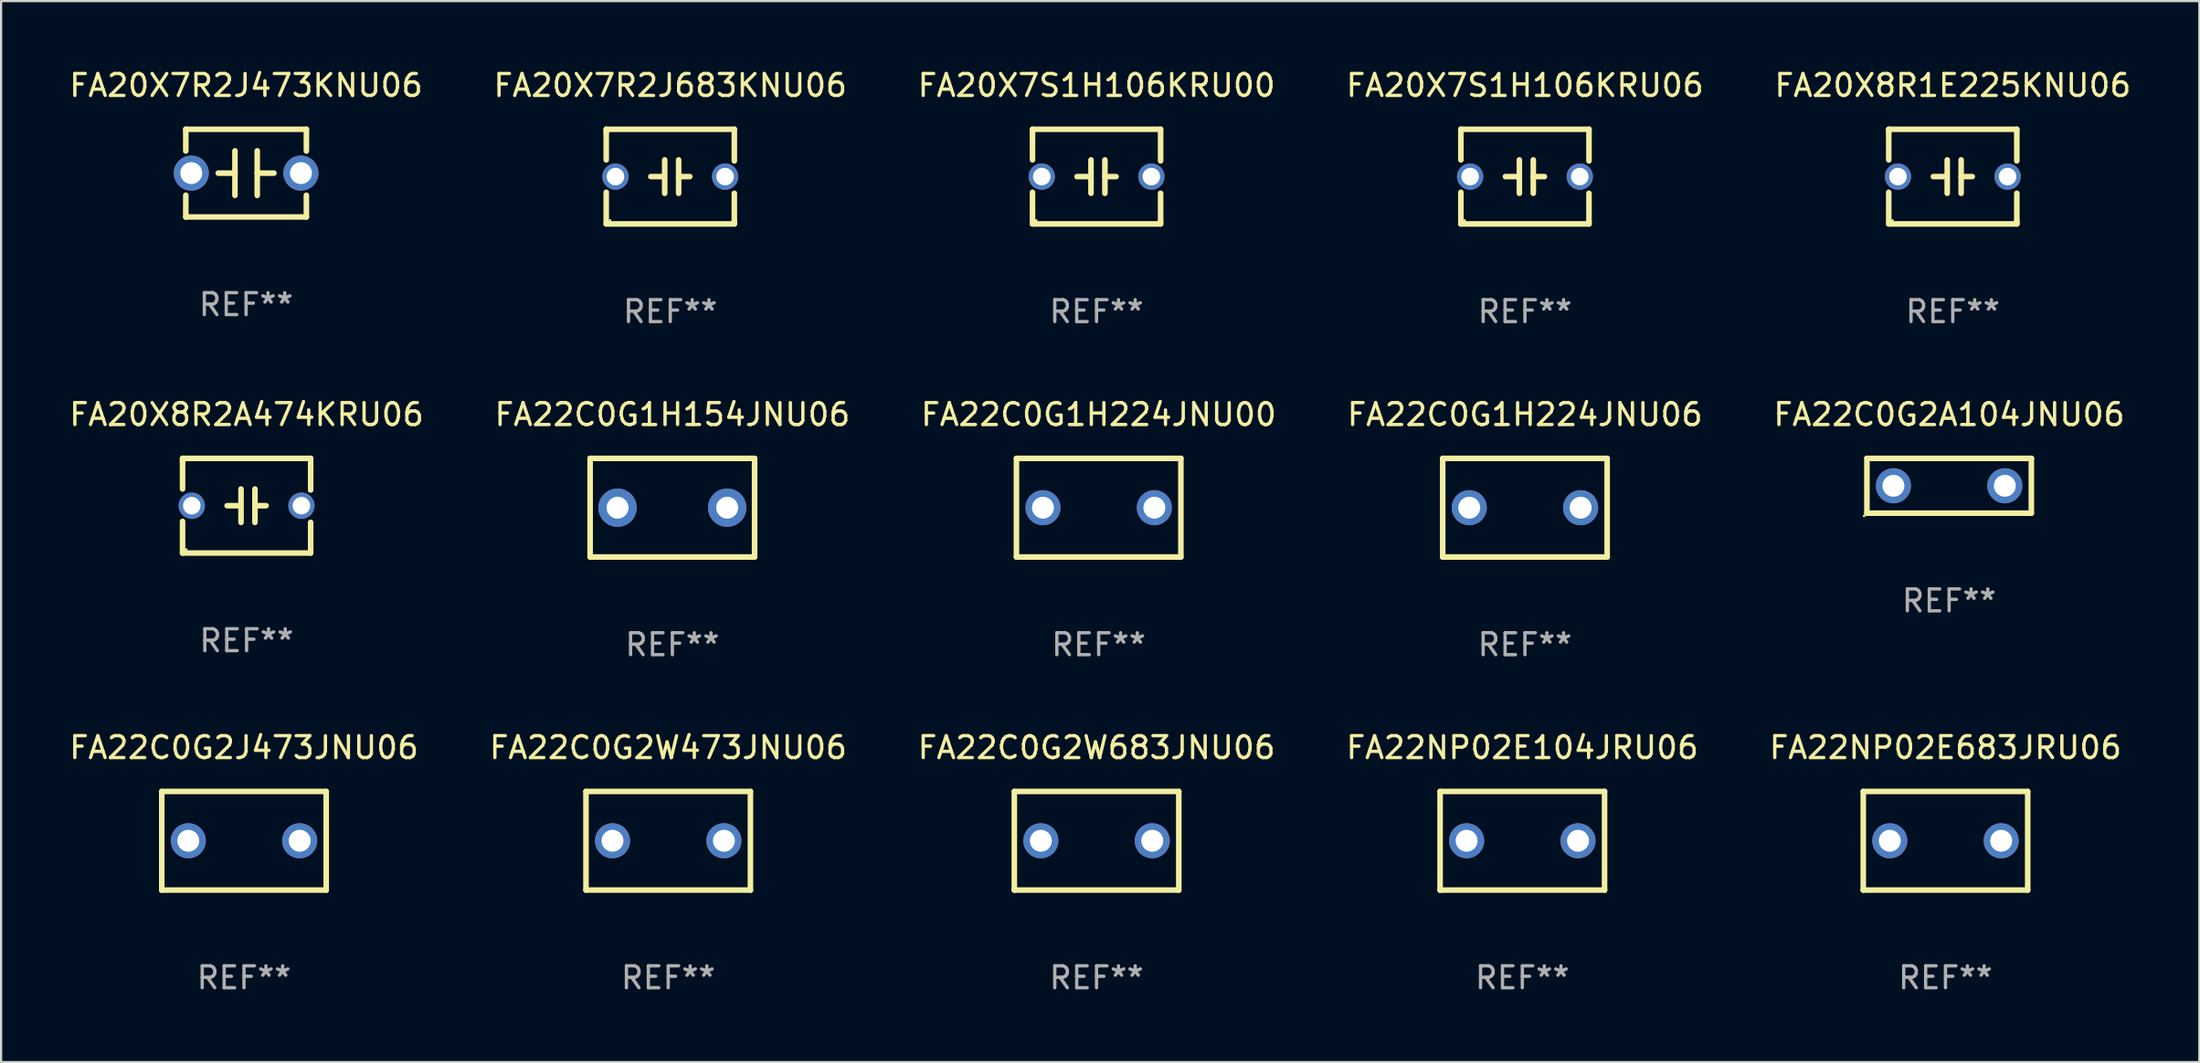
<source format=kicad_pcb>
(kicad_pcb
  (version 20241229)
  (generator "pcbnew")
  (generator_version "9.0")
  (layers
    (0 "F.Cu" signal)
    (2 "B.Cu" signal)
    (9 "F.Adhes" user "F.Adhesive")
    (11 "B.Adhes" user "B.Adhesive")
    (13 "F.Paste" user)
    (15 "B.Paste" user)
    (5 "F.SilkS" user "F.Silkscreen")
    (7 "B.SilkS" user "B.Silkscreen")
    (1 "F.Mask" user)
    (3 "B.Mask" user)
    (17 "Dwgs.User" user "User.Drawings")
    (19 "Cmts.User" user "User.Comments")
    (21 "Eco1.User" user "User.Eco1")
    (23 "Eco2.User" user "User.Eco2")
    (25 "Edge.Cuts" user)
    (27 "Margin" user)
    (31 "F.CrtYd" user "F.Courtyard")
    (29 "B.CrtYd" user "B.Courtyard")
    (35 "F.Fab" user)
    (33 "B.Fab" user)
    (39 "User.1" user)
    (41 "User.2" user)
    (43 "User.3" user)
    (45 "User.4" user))
  (footprint "FA22C0G2J473JNU06"
    (layer "F.Cu")
    (at 8.077 35.309)
    (property "Reference" "FA22C0G2J473JNU06" (at 0 -4.25 0) (layer "F.SilkS") (effects (font (size 1 1) (thickness 0.15))))
    (attr through_hole)
    (fp_line (start -3.75 -2.25) (end -3.75 2.25) (stroke (width 0.254) (type solid)) (layer "F.SilkS"))
    (fp_line (start -3.75 -2.25) (end 3.75 -2.25) (stroke (width 0.254) (type solid)) (layer "F.SilkS"))
    (fp_line (start 3.75 -2.25) (end 3.75 2.25) (stroke (width 0.254) (type solid)) (layer "F.SilkS"))
    (fp_line (start 3.75 2.25) (end -3.75 2.25) (stroke (width 0.254) (type solid)) (layer "F.SilkS"))
    (fp_circle (center -3.75 2.25) (end -3.72 2.25) (stroke (width 0.06) (type solid)) (fill no) (layer "F.SilkS"))
    (fp_text user "REF**" (at 0 6.25 0) (layer "F.Fab") (effects (font (size 1 1) (thickness 0.15))))
    (pad "1" thru_hole circle (at -2.54 0) (size 1.6 1.6) (drill 1) (layers "*.Cu" "*.Mask"))
    (pad "2" thru_hole circle (at 2.54 0) (size 1.6 1.6) (drill 1) (layers "*.Cu" "*.Mask")))
  (footprint "FA22C0G2A104JNU06"
    (layer "F.Cu")
    (at 85.839 19.113)
    (property "Reference" "FA22C0G2A104JNU06" (at 0 -3.25 0) (layer "F.SilkS") (effects (font (size 1 1) (thickness 0.15))))
    (attr through_hole)
    (fp_line (start -3.75 -1.25) (end 3.75 -1.25) (stroke (width 0.254) (type solid)) (layer "F.SilkS"))
    (fp_line (start -3.75 1.25) (end -3.75 -1.25) (stroke (width 0.254) (type solid)) (layer "F.SilkS"))
    (fp_line (start 3.75 -1.25) (end 3.75 1.25) (stroke (width 0.254) (type solid)) (layer "F.SilkS"))
    (fp_line (start 3.75 1.25) (end -3.75 1.25) (stroke (width 0.254) (type solid)) (layer "F.SilkS"))
    (fp_circle (center -3.877 1.377) (end -3.847 1.377) (stroke (width 0.06) (type solid)) (fill no) (layer "F.SilkS"))
    (fp_text user "REF**" (at 0 5.25 0) (layer "F.Fab") (effects (font (size 1 1) (thickness 0.15))))
    (pad "1" thru_hole circle (at -2.54 0) (size 1.6 1.6) (drill 1) (layers "*.Cu" "*.Mask"))
    (pad "2" thru_hole circle (at 2.54 0) (size 1.6 1.6) (drill 1) (layers "*.Cu" "*.Mask")))
  (footprint "FA22C0G2W473JNU06"
    (layer "F.Cu")
    (at 27.423 35.309)
    (property "Reference" "FA22C0G2W473JNU06" (at 0 -4.25 0) (layer "F.SilkS") (effects (font (size 1 1) (thickness 0.15))))
    (attr through_hole)
    (fp_line (start -3.75 -2.25) (end -3.75 2.25) (stroke (width 0.254) (type solid)) (layer "F.SilkS"))
    (fp_line (start -3.75 -2.25) (end 3.75 -2.25) (stroke (width 0.254) (type solid)) (layer "F.SilkS"))
    (fp_line (start 3.75 -2.25) (end 3.75 2.25) (stroke (width 0.254) (type solid)) (layer "F.SilkS"))
    (fp_line (start 3.75 2.25) (end -3.75 2.25) (stroke (width 0.254) (type solid)) (layer "F.SilkS"))
    (fp_circle (center -3.75 2.25) (end -3.72 2.25) (stroke (width 0.06) (type solid)) (fill no) (layer "F.SilkS"))
    (fp_text user "REF**" (at 0 6.25 0) (layer "F.Fab") (effects (font (size 1 1) (thickness 0.15))))
    (pad "1" thru_hole circle (at -2.54 0) (size 1.6 1.6) (drill 1) (layers "*.Cu" "*.Mask"))
    (pad "2" thru_hole circle (at 2.54 0) (size 1.6 1.6) (drill 1) (layers "*.Cu" "*.Mask")))
  (footprint "FA22NP02E683JRU06"
    (layer "F.Cu")
    (at 85.673 35.309)
    (property "Reference" "FA22NP02E683JRU06" (at 0 -4.25 0) (layer "F.SilkS") (effects (font (size 1 1) (thickness 0.15))))
    (attr through_hole)
    (fp_line (start -3.75 -2.25) (end -3.75 2.25) (stroke (width 0.254) (type solid)) (layer "F.SilkS"))
    (fp_line (start -3.75 -2.25) (end 3.75 -2.25) (stroke (width 0.254) (type solid)) (layer "F.SilkS"))
    (fp_line (start 3.75 -2.25) (end 3.75 2.25) (stroke (width 0.254) (type solid)) (layer "F.SilkS"))
    (fp_line (start 3.75 2.25) (end -3.75 2.25) (stroke (width 0.254) (type solid)) (layer "F.SilkS"))
    (fp_circle (center -3.75 2.25) (end -3.72 2.25) (stroke (width 0.06) (type solid)) (fill no) (layer "F.SilkS"))
    (fp_text user "REF**" (at 0 6.25 0) (layer "F.Fab") (effects (font (size 1 1) (thickness 0.15))))
    (pad "1" thru_hole circle (at -2.54 0) (size 1.6 1.6) (drill 1) (layers "*.Cu" "*.Mask"))
    (pad "2" thru_hole circle (at 2.54 0) (size 1.6 1.6) (drill 1) (layers "*.Cu" "*.Mask")))
  (footprint "FA20X7S1H106KRU06"
    (layer "F.Cu")
    (at 66.494 5.007)
    (property "Reference" "FA20X7S1H106KRU06" (at 0 -4.159 0) (layer "F.SilkS") (effects (font (size 1 1) (thickness 0.15))))
    (attr through_hole)
    (fp_line (start -2.921 -2.159) (end 2.921 -2.159) (stroke (width 0.254) (type solid)) (layer "F.SilkS"))
    (fp_line (start -2.921 -2.032) (end -2.921 -2.159) (stroke (width 0.254) (type solid)) (layer "F.SilkS"))
    (fp_line (start -2.921 -0.762) (end -2.921 -2.032) (stroke (width 0.254) (type solid)) (layer "F.SilkS"))
    (fp_line (start -2.921 2.159) (end -2.921 0.716) (stroke (width 0.254) (type solid)) (layer "F.SilkS"))
    (fp_line (start -0.381 -0.000025) (end -0.889 -0.000025) (stroke (width 0.254) (type solid)) (layer "F.SilkS"))
    (fp_line (start -0.254 -0.762) (end -0.254 0.762) (stroke (width 0.254) (type solid)) (layer "F.SilkS"))
    (fp_line (start 0.381 -0.762) (end 0.381 0.762) (stroke (width 0.254) (type solid)) (layer "F.SilkS"))
    (fp_line (start 0.381 0.000025) (end 0.889 0.000025) (stroke (width 0.254) (type solid)) (layer "F.SilkS"))
    (fp_line (start 2.921 -2.159) (end 2.921 -0.716) (stroke (width 0.254) (type solid)) (layer "F.SilkS"))
    (fp_line (start 2.921 0.762) (end 2.921 2.032) (stroke (width 0.254) (type solid)) (layer "F.SilkS"))
    (fp_line (start 2.921 2.032) (end 2.921 2.159) (stroke (width 0.254) (type solid)) (layer "F.SilkS"))
    (fp_line (start 2.921 2.159) (end -2.921 2.159) (stroke (width 0.254) (type solid)) (layer "F.SilkS"))
    (fp_circle (center -2.75 2) (end -2.72 2) (stroke (width 0.06) (type solid)) (fill no) (layer "F.SilkS"))
    (fp_text user "REF**" (at 0 6.159 0) (layer "F.Fab") (effects (font (size 1 1) (thickness 0.15))))
    (pad "1" thru_hole circle (at -2.5 0) (size 1.2 1.2) (drill 0.8) (layers "*.Cu" "*.Mask"))
    (pad "2" thru_hole circle (at 2.5 0) (size 1.2 1.2) (drill 0.8) (layers "*.Cu" "*.Mask")))
  (footprint "FA20X8R2A474KRU06"
    (layer "F.Cu")
    (at 8.196 20.022)
    (property "Reference" "FA20X8R2A474KRU06" (at 0 -4.159 0) (layer "F.SilkS") (effects (font (size 1 1) (thickness 0.15))))
    (attr through_hole)
    (fp_line (start -2.921 -2.159) (end 2.921 -2.159) (stroke (width 0.254) (type solid)) (layer "F.SilkS"))
    (fp_line (start -2.921 -2.032) (end -2.921 -2.159) (stroke (width 0.254) (type solid)) (layer "F.SilkS"))
    (fp_line (start -2.921 -0.762) (end -2.921 -2.032) (stroke (width 0.254) (type solid)) (layer "F.SilkS"))
    (fp_line (start -2.921 2.159) (end -2.921 0.716) (stroke (width 0.254) (type solid)) (layer "F.SilkS"))
    (fp_line (start -0.381 -0.000025) (end -0.889 -0.000025) (stroke (width 0.254) (type solid)) (layer "F.SilkS"))
    (fp_line (start -0.254 -0.762) (end -0.254 0.762) (stroke (width 0.254) (type solid)) (layer "F.SilkS"))
    (fp_line (start 0.381 -0.762) (end 0.381 0.762) (stroke (width 0.254) (type solid)) (layer "F.SilkS"))
    (fp_line (start 0.381 0.000025) (end 0.889 0.000025) (stroke (width 0.254) (type solid)) (layer "F.SilkS"))
    (fp_line (start 2.921 -2.159) (end 2.921 -0.716) (stroke (width 0.254) (type solid)) (layer "F.SilkS"))
    (fp_line (start 2.921 0.762) (end 2.921 2.032) (stroke (width 0.254) (type solid)) (layer "F.SilkS"))
    (fp_line (start 2.921 2.032) (end 2.921 2.159) (stroke (width 0.254) (type solid)) (layer "F.SilkS"))
    (fp_line (start 2.921 2.159) (end -2.921 2.159) (stroke (width 0.254) (type solid)) (layer "F.SilkS"))
    (fp_circle (center -2.75 2) (end -2.72 2) (stroke (width 0.06) (type solid)) (fill no) (layer "F.SilkS"))
    (fp_text user "REF**" (at 0 6.159 0) (layer "F.Fab") (effects (font (size 1 1) (thickness 0.15))))
    (pad "1" thru_hole circle (at -2.5 0) (size 1.2 1.2) (drill 0.8) (layers "*.Cu" "*.Mask"))
    (pad "2" thru_hole circle (at 2.5 0) (size 1.2 1.2) (drill 0.8) (layers "*.Cu" "*.Mask")))
  (footprint "FA20X7S1H106KRU00"
    (layer "F.Cu")
    (at 46.958 5.007)
    (property "Reference" "FA20X7S1H106KRU00" (at 0 -4.159 0) (layer "F.SilkS") (effects (font (size 1 1) (thickness 0.15))))
    (attr through_hole)
    (fp_line (start -2.921 -2.159) (end 2.921 -2.159) (stroke (width 0.254) (type solid)) (layer "F.SilkS"))
    (fp_line (start -2.921 -2.032) (end -2.921 -2.159) (stroke (width 0.254) (type solid)) (layer "F.SilkS"))
    (fp_line (start -2.921 -0.762) (end -2.921 -2.032) (stroke (width 0.254) (type solid)) (layer "F.SilkS"))
    (fp_line (start -2.921 2.159) (end -2.921 0.716) (stroke (width 0.254) (type solid)) (layer "F.SilkS"))
    (fp_line (start -0.381 -0.000025) (end -0.889 -0.000025) (stroke (width 0.254) (type solid)) (layer "F.SilkS"))
    (fp_line (start -0.254 -0.762) (end -0.254 0.762) (stroke (width 0.254) (type solid)) (layer "F.SilkS"))
    (fp_line (start 0.381 -0.762) (end 0.381 0.762) (stroke (width 0.254) (type solid)) (layer "F.SilkS"))
    (fp_line (start 0.381 0.000025) (end 0.889 0.000025) (stroke (width 0.254) (type solid)) (layer "F.SilkS"))
    (fp_line (start 2.921 -2.159) (end 2.921 -0.716) (stroke (width 0.254) (type solid)) (layer "F.SilkS"))
    (fp_line (start 2.921 0.762) (end 2.921 2.032) (stroke (width 0.254) (type solid)) (layer "F.SilkS"))
    (fp_line (start 2.921 2.032) (end 2.921 2.159) (stroke (width 0.254) (type solid)) (layer "F.SilkS"))
    (fp_line (start 2.921 2.159) (end -2.921 2.159) (stroke (width 0.254) (type solid)) (layer "F.SilkS"))
    (fp_circle (center -2.75 2) (end -2.72 2) (stroke (width 0.06) (type solid)) (fill no) (layer "F.SilkS"))
    (fp_text user "REF**" (at 0 6.159 0) (layer "F.Fab") (effects (font (size 1 1) (thickness 0.15))))
    (pad "1" thru_hole circle (at -2.5 0) (size 1.2 1.2) (drill 0.8) (layers "*.Cu" "*.Mask"))
    (pad "2" thru_hole circle (at 2.5 0) (size 1.2 1.2) (drill 0.8) (layers "*.Cu" "*.Mask")))
  (footprint "FA22C0G1H224JNU00"
    (layer "F.Cu")
    (at 47.054 20.113)
    (property "Reference" "FA22C0G1H224JNU00" (at 0 -4.25 0) (layer "F.SilkS") (effects (font (size 1 1) (thickness 0.15))))
    (attr through_hole)
    (fp_line (start -3.75 -2.25) (end -3.75 2.25) (stroke (width 0.254) (type solid)) (layer "F.SilkS"))
    (fp_line (start -3.75 -2.25) (end 3.75 -2.25) (stroke (width 0.254) (type solid)) (layer "F.SilkS"))
    (fp_line (start 3.75 -2.25) (end 3.75 2.25) (stroke (width 0.254) (type solid)) (layer "F.SilkS"))
    (fp_line (start 3.75 2.25) (end -3.75 2.25) (stroke (width 0.254) (type solid)) (layer "F.SilkS"))
    (fp_circle (center -3.75 2.25) (end -3.72 2.25) (stroke (width 0.06) (type solid)) (fill no) (layer "F.SilkS"))
    (fp_text user "REF**" (at 0 6.25 0) (layer "F.Fab") (effects (font (size 1 1) (thickness 0.15))))
    (pad "1" thru_hole circle (at -2.54 0) (size 1.6 1.6) (drill 1) (layers "*.Cu" "*.Mask"))
    (pad "2" thru_hole circle (at 2.54 0) (size 1.6 1.6) (drill 1) (layers "*.Cu" "*.Mask")))
  (footprint "FA20X8R1E225KNU06"
    (layer "F.Cu")
    (at 86.006 5.007)
    (property "Reference" "FA20X8R1E225KNU06" (at 0 -4.159 0) (layer "F.SilkS") (effects (font (size 1 1) (thickness 0.15))))
    (attr through_hole)
    (fp_line (start -2.921 -2.159) (end 2.921 -2.159) (stroke (width 0.254) (type solid)) (layer "F.SilkS"))
    (fp_line (start -2.921 -2.032) (end -2.921 -2.159) (stroke (width 0.254) (type solid)) (layer "F.SilkS"))
    (fp_line (start -2.921 -0.762) (end -2.921 -2.032) (stroke (width 0.254) (type solid)) (layer "F.SilkS"))
    (fp_line (start -2.921 2.159) (end -2.921 0.716) (stroke (width 0.254) (type solid)) (layer "F.SilkS"))
    (fp_line (start -0.381 -0.000025) (end -0.889 -0.000025) (stroke (width 0.254) (type solid)) (layer "F.SilkS"))
    (fp_line (start -0.254 -0.762) (end -0.254 0.762) (stroke (width 0.254) (type solid)) (layer "F.SilkS"))
    (fp_line (start 0.381 -0.762) (end 0.381 0.762) (stroke (width 0.254) (type solid)) (layer "F.SilkS"))
    (fp_line (start 0.381 0.000025) (end 0.889 0.000025) (stroke (width 0.254) (type solid)) (layer "F.SilkS"))
    (fp_line (start 2.921 -2.159) (end 2.921 -0.716) (stroke (width 0.254) (type solid)) (layer "F.SilkS"))
    (fp_line (start 2.921 0.762) (end 2.921 2.032) (stroke (width 0.254) (type solid)) (layer "F.SilkS"))
    (fp_line (start 2.921 2.032) (end 2.921 2.159) (stroke (width 0.254) (type solid)) (layer "F.SilkS"))
    (fp_line (start 2.921 2.159) (end -2.921 2.159) (stroke (width 0.254) (type solid)) (layer "F.SilkS"))
    (fp_circle (center -2.75 2) (end -2.72 2) (stroke (width 0.06) (type solid)) (fill no) (layer "F.SilkS"))
    (fp_text user "REF**" (at 0 6.159 0) (layer "F.Fab") (effects (font (size 1 1) (thickness 0.15))))
    (pad "1" thru_hole circle (at -2.5 0) (size 1.2 1.2) (drill 0.8) (layers "*.Cu" "*.Mask"))
    (pad "2" thru_hole circle (at 2.5 0) (size 1.2 1.2) (drill 0.8) (layers "*.Cu" "*.Mask")))
  (footprint "FA22C0G1H224JNU06"
    (layer "F.Cu")
    (at 66.494 20.113)
    (property "Reference" "FA22C0G1H224JNU06" (at 0 -4.25 0) (layer "F.SilkS") (effects (font (size 1 1) (thickness 0.15))))
    (attr through_hole)
    (fp_line (start -3.75 -2.25) (end -3.75 2.25) (stroke (width 0.254) (type solid)) (layer "F.SilkS"))
    (fp_line (start -3.75 -2.25) (end 3.75 -2.25) (stroke (width 0.254) (type solid)) (layer "F.SilkS"))
    (fp_line (start 3.75 -2.25) (end 3.75 2.25) (stroke (width 0.254) (type solid)) (layer "F.SilkS"))
    (fp_line (start 3.75 2.25) (end -3.75 2.25) (stroke (width 0.254) (type solid)) (layer "F.SilkS"))
    (fp_circle (center -3.75 2.25) (end -3.72 2.25) (stroke (width 0.06) (type solid)) (fill no) (layer "F.SilkS"))
    (fp_text user "REF**" (at 0 6.25 0) (layer "F.Fab") (effects (font (size 1 1) (thickness 0.15))))
    (pad "1" thru_hole circle (at -2.54 0) (size 1.6 1.6) (drill 1) (layers "*.Cu" "*.Mask"))
    (pad "2" thru_hole circle (at 2.54 0) (size 1.6 1.6) (drill 1) (layers "*.Cu" "*.Mask")))
  (footprint "FA22NP02E104JRU06"
    (layer "F.Cu")
    (at 66.375 35.309)
    (property "Reference" "FA22NP02E104JRU06" (at 0 -4.25 0) (layer "F.SilkS") (effects (font (size 1 1) (thickness 0.15))))
    (attr through_hole)
    (fp_line (start -3.75 -2.25) (end -3.75 2.25) (stroke (width 0.254) (type solid)) (layer "F.SilkS"))
    (fp_line (start -3.75 -2.25) (end 3.75 -2.25) (stroke (width 0.254) (type solid)) (layer "F.SilkS"))
    (fp_line (start 3.75 -2.25) (end 3.75 2.25) (stroke (width 0.254) (type solid)) (layer "F.SilkS"))
    (fp_line (start 3.75 2.25) (end -3.75 2.25) (stroke (width 0.254) (type solid)) (layer "F.SilkS"))
    (fp_circle (center -3.75 2.25) (end -3.72 2.25) (stroke (width 0.06) (type solid)) (fill no) (layer "F.SilkS"))
    (fp_text user "REF**" (at 0 6.25 0) (layer "F.Fab") (effects (font (size 1 1) (thickness 0.15))))
    (pad "1" thru_hole circle (at -2.54 0) (size 1.6 1.6) (drill 1) (layers "*.Cu" "*.Mask"))
    (pad "2" thru_hole circle (at 2.54 0) (size 1.6 1.6) (drill 1) (layers "*.Cu" "*.Mask")))
  (footprint "FA20X7R2J473KNU06"
    (layer "F.Cu")
    (at 8.173 4.848)
    (property "Reference" "FA20X7R2J473KNU06" (at 0 -4 0) (layer "F.SilkS") (effects (font (size 1 1) (thickness 0.15))))
    (attr through_hole)
    (fp_line (start -2.75 -2) (end -2.75 -1.009) (stroke (width 0.254) (type solid)) (layer "F.SilkS"))
    (fp_line (start -2.75 -2) (end 2.75 -2) (stroke (width 0.254) (type solid)) (layer "F.SilkS"))
    (fp_line (start -2.75 1.009) (end -2.75 2) (stroke (width 0.254) (type solid)) (layer "F.SilkS"))
    (fp_line (start -0.508 -1.016) (end -0.508 1.016) (stroke (width 0.254) (type solid)) (layer "F.SilkS"))
    (fp_line (start -0.508 0.002) (end -1.27 0.002) (stroke (width 0.254) (type solid)) (layer "F.SilkS"))
    (fp_line (start 0.508 0.002) (end 1.27 0.002) (stroke (width 0.254) (type solid)) (layer "F.SilkS"))
    (fp_line (start 0.508 1.016) (end 0.508 -1.016) (stroke (width 0.254) (type solid)) (layer "F.SilkS"))
    (fp_line (start 2.75 2) (end -2.75 2) (stroke (width 0.254) (type solid)) (layer "F.SilkS"))
    (fp_line (start 2.75 -2) (end 2.75 -1.009) (stroke (width 0.254) (type solid)) (layer "F.SilkS"))
    (fp_line (start 2.75 1.009) (end 2.75 2) (stroke (width 0.254) (type solid)) (layer "F.SilkS"))
    (fp_circle (center -2.75 2) (end -2.72 2) (stroke (width 0.06) (type solid)) (fill no) (layer "F.SilkS"))
    (fp_text user "REF**" (at 0 6 0) (layer "F.Fab") (effects (font (size 1 1) (thickness 0.15))))
    (pad "1" thru_hole circle (at -2.5 0) (size 1.6 1.6) (drill 1) (layers "*.Cu" "*.Mask"))
    (pad "2" thru_hole circle (at 2.5 0) (size 1.6 1.6) (drill 1) (layers "*.Cu" "*.Mask")))
  (footprint "FA22C0G1H154JNU06"
    (layer "F.Cu")
    (at 27.613 20.113)
    (property "Reference" "FA22C0G1H154JNU06" (at 0 -4.25 0) (layer "F.SilkS") (effects (font (size 1 1) (thickness 0.15))))
    (attr through_hole)
    (fp_line (start -3.75 -2.25) (end -3.75 2.25) (stroke (width 0.254) (type solid)) (layer "F.SilkS"))
    (fp_line (start -3.75 -2.25) (end 3.75 -2.25) (stroke (width 0.254) (type solid)) (layer "F.SilkS"))
    (fp_line (start 3.75 -2.25) (end 3.75 2.25) (stroke (width 0.254) (type solid)) (layer "F.SilkS"))
    (fp_line (start 3.75 2.25) (end -3.75 2.25) (stroke (width 0.254) (type solid)) (layer "F.SilkS"))
    (fp_circle (center -3.75 2.25) (end -3.72 2.25) (stroke (width 0.06) (type solid)) (fill no) (layer "F.SilkS"))
    (fp_text user "REF**" (at 0 6.25 0) (layer "F.Fab") (effects (font (size 1 1) (thickness 0.15))))
    (pad "1" thru_hole circle (at -2.5 0) (size 1.75 1.75) (drill 1) (layers "*.Cu" "*.Mask"))
    (pad "2" thru_hole circle (at 2.5 0) (size 1.75 1.75) (drill 1) (layers "*.Cu" "*.Mask")))
  (footprint "FA20X7R2J683KNU06"
    (layer "F.Cu")
    (at 27.518 5.007)
    (property "Reference" "FA20X7R2J683KNU06" (at 0 -4.159 0) (layer "F.SilkS") (effects (font (size 1 1) (thickness 0.15))))
    (attr through_hole)
    (fp_line (start -2.921 -2.159) (end 2.921 -2.159) (stroke (width 0.254) (type solid)) (layer "F.SilkS"))
    (fp_line (start -2.921 -2.032) (end -2.921 -2.159) (stroke (width 0.254) (type solid)) (layer "F.SilkS"))
    (fp_line (start -2.921 -0.762) (end -2.921 -2.032) (stroke (width 0.254) (type solid)) (layer "F.SilkS"))
    (fp_line (start -2.921 2.159) (end -2.921 0.716) (stroke (width 0.254) (type solid)) (layer "F.SilkS"))
    (fp_line (start -0.381 -0.000025) (end -0.889 -0.000025) (stroke (width 0.254) (type solid)) (layer "F.SilkS"))
    (fp_line (start -0.254 -0.762) (end -0.254 0.762) (stroke (width 0.254) (type solid)) (layer "F.SilkS"))
    (fp_line (start 0.381 -0.762) (end 0.381 0.762) (stroke (width 0.254) (type solid)) (layer "F.SilkS"))
    (fp_line (start 0.381 0.000025) (end 0.889 0.000025) (stroke (width 0.254) (type solid)) (layer "F.SilkS"))
    (fp_line (start 2.921 -2.159) (end 2.921 -0.716) (stroke (width 0.254) (type solid)) (layer "F.SilkS"))
    (fp_line (start 2.921 0.762) (end 2.921 2.032) (stroke (width 0.254) (type solid)) (layer "F.SilkS"))
    (fp_line (start 2.921 2.032) (end 2.921 2.159) (stroke (width 0.254) (type solid)) (layer "F.SilkS"))
    (fp_line (start 2.921 2.159) (end -2.921 2.159) (stroke (width 0.254) (type solid)) (layer "F.SilkS"))
    (fp_circle (center -2.75 2) (end -2.72 2) (stroke (width 0.06) (type solid)) (fill no) (layer "F.SilkS"))
    (fp_text user "REF**" (at 0 6.159 0) (layer "F.Fab") (effects (font (size 1 1) (thickness 0.15))))
    (pad "1" thru_hole circle (at -2.5 0) (size 1.2 1.2) (drill 0.8) (layers "*.Cu" "*.Mask"))
    (pad "2" thru_hole circle (at 2.5 0) (size 1.2 1.2) (drill 0.8) (layers "*.Cu" "*.Mask")))
  (footprint "FA22C0G2W683JNU06"
    (layer "F.Cu")
    (at 46.958 35.309)
    (property "Reference" "FA22C0G2W683JNU06" (at 0 -4.25 0) (layer "F.SilkS") (effects (font (size 1 1) (thickness 0.15))))
    (attr through_hole)
    (fp_line (start -3.75 -2.25) (end -3.75 2.25) (stroke (width 0.254) (type solid)) (layer "F.SilkS"))
    (fp_line (start -3.75 -2.25) (end 3.75 -2.25) (stroke (width 0.254) (type solid)) (layer "F.SilkS"))
    (fp_line (start 3.75 -2.25) (end 3.75 2.25) (stroke (width 0.254) (type solid)) (layer "F.SilkS"))
    (fp_line (start 3.75 2.25) (end -3.75 2.25) (stroke (width 0.254) (type solid)) (layer "F.SilkS"))
    (fp_circle (center -3.75 2.25) (end -3.72 2.25) (stroke (width 0.06) (type solid)) (fill no) (layer "F.SilkS"))
    (fp_text user "REF**" (at 0 6.25 0) (layer "F.Fab") (effects (font (size 1 1) (thickness 0.15))))
    (pad "1" thru_hole circle (at -2.54 0) (size 1.6 1.6) (drill 1) (layers "*.Cu" "*.Mask"))
    (pad "2" thru_hole circle (at 2.54 0) (size 1.6 1.6) (drill 1) (layers "*.Cu" "*.Mask")))
  (gr_rect
    (start -3 -3)
    (end 97.25 45.408)
    (stroke (width 0.1) (type default))
    (fill no)
    (layer "Edge.Cuts")))
</source>
